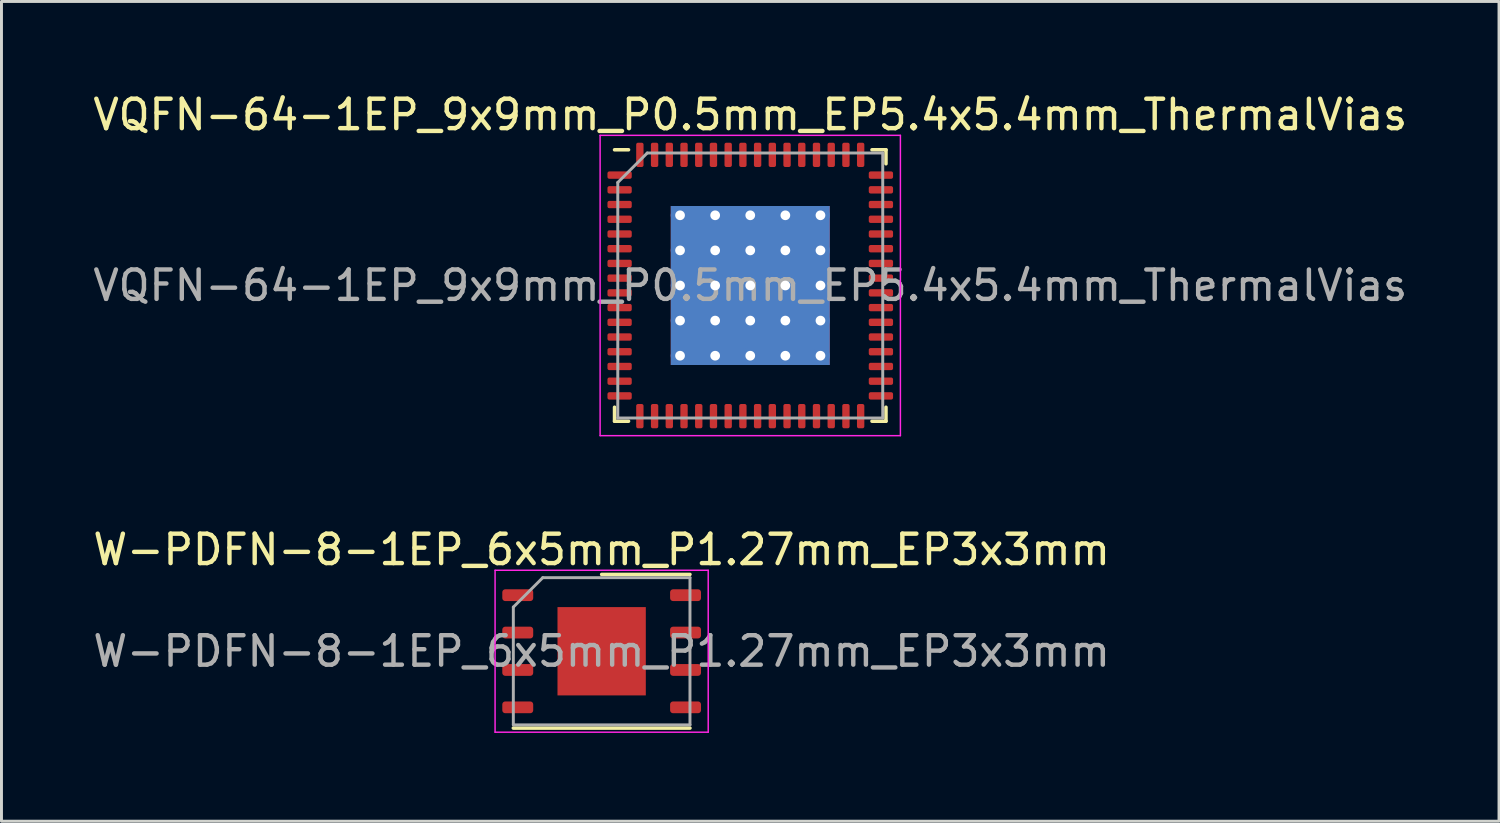
<source format=kicad_pcb>
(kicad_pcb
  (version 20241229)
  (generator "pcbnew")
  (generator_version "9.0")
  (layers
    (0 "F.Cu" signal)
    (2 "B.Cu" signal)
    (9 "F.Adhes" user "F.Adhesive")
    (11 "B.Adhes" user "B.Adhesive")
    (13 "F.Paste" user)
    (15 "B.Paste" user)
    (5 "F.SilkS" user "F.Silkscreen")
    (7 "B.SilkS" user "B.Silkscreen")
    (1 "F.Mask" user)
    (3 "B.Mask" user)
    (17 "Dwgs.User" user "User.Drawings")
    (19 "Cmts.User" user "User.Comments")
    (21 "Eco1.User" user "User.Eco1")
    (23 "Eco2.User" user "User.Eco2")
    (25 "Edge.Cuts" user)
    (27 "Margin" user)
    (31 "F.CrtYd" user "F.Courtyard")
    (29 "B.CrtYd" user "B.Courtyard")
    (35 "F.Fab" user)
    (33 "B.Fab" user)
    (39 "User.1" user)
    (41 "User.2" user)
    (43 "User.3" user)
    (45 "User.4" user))
  (footprint "W-PDFN-8-1EP_6x5mm_P1.27mm_EP3x3mm"
    (layer "F.Cu")
    (at 17.387 19.072)
    (property "Reference" "W-PDFN-8-1EP_6x5mm_P1.27mm_EP3x3mm" (at 0 -3.45 0) (layer "F.SilkS") (effects (font (size 1 1) (thickness 0.15))))
    (attr smd)
    (fp_line (start -3 2.61) (end 3 2.61) (stroke (width 0.12) (type solid)) (layer "F.SilkS"))
    (fp_line (start 0 -2.61) (end 3 -2.61) (stroke (width 0.12) (type solid)) (layer "F.SilkS"))
    (fp_line (start -3.62 -2.75) (end -3.62 2.75) (stroke (width 0.05) (type solid)) (layer "F.CrtYd"))
    (fp_line (start -3.62 2.75) (end 3.62 2.75) (stroke (width 0.05) (type solid)) (layer "F.CrtYd"))
    (fp_line (start 3.62 -2.75) (end -3.62 -2.75) (stroke (width 0.05) (type solid)) (layer "F.CrtYd"))
    (fp_line (start 3.62 2.75) (end 3.62 -2.75) (stroke (width 0.05) (type solid)) (layer "F.CrtYd"))
    (fp_line (start -3 -1.5) (end -2 -2.5) (stroke (width 0.1) (type solid)) (layer "F.Fab"))
    (fp_line (start -3 2.5) (end -3 -1.5) (stroke (width 0.1) (type solid)) (layer "F.Fab"))
    (fp_line (start -2 -2.5) (end 3 -2.5) (stroke (width 0.1) (type solid)) (layer "F.Fab"))
    (fp_line (start 3 -2.5) (end 3 2.5) (stroke (width 0.1) (type solid)) (layer "F.Fab"))
    (fp_line (start 3 2.5) (end -3 2.5) (stroke (width 0.1) (type solid)) (layer "F.Fab"))
    (fp_text user "${REFERENCE}" (at 0 0 0) (layer "F.Fab") (effects (font (size 1 1) (thickness 0.15))))
    (pad "" smd roundrect (at -0.75 -0.75) (size 1.21 1.21) (layers "F.Paste") (roundrect_rratio 0.207))
    (pad "" smd roundrect (at -0.75 0.75) (size 1.21 1.21) (layers "F.Paste") (roundrect_rratio 0.207))
    (pad "" smd roundrect (at 0.75 -0.75) (size 1.21 1.21) (layers "F.Paste") (roundrect_rratio 0.207))
    (pad "" smd roundrect (at 0.75 0.75) (size 1.21 1.21) (layers "F.Paste") (roundrect_rratio 0.207))
    (pad "1" smd roundrect (at -2.85 -1.905) (size 1.05 0.4) (layers "F.Cu" "F.Mask" "F.Paste") (roundrect_rratio 0.25))
    (pad "2" smd roundrect (at -2.85 -0.635) (size 1.05 0.4) (layers "F.Cu" "F.Mask" "F.Paste") (roundrect_rratio 0.25))
    (pad "3" smd roundrect (at -2.85 0.635) (size 1.05 0.4) (layers "F.Cu" "F.Mask" "F.Paste") (roundrect_rratio 0.25))
    (pad "4" smd roundrect (at -2.85 1.905) (size 1.05 0.4) (layers "F.Cu" "F.Mask" "F.Paste") (roundrect_rratio 0.25))
    (pad "5" smd roundrect (at 2.85 1.905) (size 1.05 0.4) (layers "F.Cu" "F.Mask" "F.Paste") (roundrect_rratio 0.25))
    (pad "6" smd roundrect (at 2.85 0.635) (size 1.05 0.4) (layers "F.Cu" "F.Mask" "F.Paste") (roundrect_rratio 0.25))
    (pad "7" smd roundrect (at 2.85 -0.635) (size 1.05 0.4) (layers "F.Cu" "F.Mask" "F.Paste") (roundrect_rratio 0.25))
    (pad "8" smd roundrect (at 2.85 -1.905) (size 1.05 0.4) (layers "F.Cu" "F.Mask" "F.Paste") (roundrect_rratio 0.25))
    (pad "9" smd rect (at 0 0) (size 3 3) (layers "F.Cu" "F.Mask")))
  (footprint "VQFN-64-1EP_9x9mm_P0.5mm_EP5.4x5.4mm_ThermalVias"
    (layer "F.Cu")
    (at 22.435 6.648)
    (property "Reference" "VQFN-64-1EP_9x9mm_P0.5mm_EP5.4x5.4mm_ThermalVias" (at 0 -5.8 0) (layer "F.SilkS") (effects (font (size 1 1) (thickness 0.15))))
    (attr smd)
    (fp_line (start -4.61 4.61) (end -4.61 4.135) (stroke (width 0.12) (type solid)) (layer "F.SilkS"))
    (fp_line (start -4.135 -4.61) (end -4.61 -4.61) (stroke (width 0.12) (type solid)) (layer "F.SilkS"))
    (fp_line (start -4.135 4.61) (end -4.61 4.61) (stroke (width 0.12) (type solid)) (layer "F.SilkS"))
    (fp_line (start 4.135 -4.61) (end 4.61 -4.61) (stroke (width 0.12) (type solid)) (layer "F.SilkS"))
    (fp_line (start 4.135 4.61) (end 4.61 4.61) (stroke (width 0.12) (type solid)) (layer "F.SilkS"))
    (fp_line (start 4.61 -4.61) (end 4.61 -4.135) (stroke (width 0.12) (type solid)) (layer "F.SilkS"))
    (fp_line (start 4.61 4.61) (end 4.61 4.135) (stroke (width 0.12) (type solid)) (layer "F.SilkS"))
    (fp_line (start -5.1 -5.1) (end -5.1 5.1) (stroke (width 0.05) (type solid)) (layer "F.CrtYd"))
    (fp_line (start -5.1 5.1) (end 5.1 5.1) (stroke (width 0.05) (type solid)) (layer "F.CrtYd"))
    (fp_line (start 5.1 -5.1) (end -5.1 -5.1) (stroke (width 0.05) (type solid)) (layer "F.CrtYd"))
    (fp_line (start 5.1 5.1) (end 5.1 -5.1) (stroke (width 0.05) (type solid)) (layer "F.CrtYd"))
    (fp_line (start -4.5 -3.5) (end -3.5 -4.5) (stroke (width 0.1) (type solid)) (layer "F.Fab"))
    (fp_line (start -4.5 4.5) (end -4.5 -3.5) (stroke (width 0.1) (type solid)) (layer "F.Fab"))
    (fp_line (start -3.5 -4.5) (end 4.5 -4.5) (stroke (width 0.1) (type solid)) (layer "F.Fab"))
    (fp_line (start 4.5 -4.5) (end 4.5 4.5) (stroke (width 0.1) (type solid)) (layer "F.Fab"))
    (fp_line (start 4.5 4.5) (end -4.5 4.5) (stroke (width 0.1) (type solid)) (layer "F.Fab"))
    (fp_text user "${REFERENCE}" (at 0 0 0) (layer "F.Fab") (effects (font (size 1 1) (thickness 0.15))))
    (pad "" smd roundrect (at -1.8 -1.8) (size 1.45 1.45) (layers "F.Paste") (roundrect_rratio 0.172))
    (pad "" smd roundrect (at -1.8 0) (size 1.45 1.45) (layers "F.Paste") (roundrect_rratio 0.172))
    (pad "" smd roundrect (at -1.8 1.8) (size 1.45 1.45) (layers "F.Paste") (roundrect_rratio 0.172))
    (pad "" smd roundrect (at 0 -1.8) (size 1.45 1.45) (layers "F.Paste") (roundrect_rratio 0.172))
    (pad "" smd roundrect (at 0 0) (size 1.45 1.45) (layers "F.Paste") (roundrect_rratio 0.172))
    (pad "" smd roundrect (at 0 1.8) (size 1.45 1.45) (layers "F.Paste") (roundrect_rratio 0.172))
    (pad "" smd roundrect (at 1.8 -1.8) (size 1.45 1.45) (layers "F.Paste") (roundrect_rratio 0.172))
    (pad "" smd roundrect (at 1.8 0) (size 1.45 1.45) (layers "F.Paste") (roundrect_rratio 0.172))
    (pad "" smd roundrect (at 1.8 1.8) (size 1.45 1.45) (layers "F.Paste") (roundrect_rratio 0.172))
    (pad "1" smd roundrect (at -4.438 -3.75) (size 0.825 0.25) (layers "F.Cu" "F.Mask" "F.Paste") (roundrect_rratio 0.25))
    (pad "2" smd roundrect (at -4.438 -3.25) (size 0.825 0.25) (layers "F.Cu" "F.Mask" "F.Paste") (roundrect_rratio 0.25))
    (pad "3" smd roundrect (at -4.438 -2.75) (size 0.825 0.25) (layers "F.Cu" "F.Mask" "F.Paste") (roundrect_rratio 0.25))
    (pad "4" smd roundrect (at -4.438 -2.25) (size 0.825 0.25) (layers "F.Cu" "F.Mask" "F.Paste") (roundrect_rratio 0.25))
    (pad "5" smd roundrect (at -4.438 -1.75) (size 0.825 0.25) (layers "F.Cu" "F.Mask" "F.Paste") (roundrect_rratio 0.25))
    (pad "6" smd roundrect (at -4.438 -1.25) (size 0.825 0.25) (layers "F.Cu" "F.Mask" "F.Paste") (roundrect_rratio 0.25))
    (pad "7" smd roundrect (at -4.438 -0.75) (size 0.825 0.25) (layers "F.Cu" "F.Mask" "F.Paste") (roundrect_rratio 0.25))
    (pad "8" smd roundrect (at -4.438 -0.25) (size 0.825 0.25) (layers "F.Cu" "F.Mask" "F.Paste") (roundrect_rratio 0.25))
    (pad "9" smd roundrect (at -4.438 0.25) (size 0.825 0.25) (layers "F.Cu" "F.Mask" "F.Paste") (roundrect_rratio 0.25))
    (pad "10" smd roundrect (at -4.438 0.75) (size 0.825 0.25) (layers "F.Cu" "F.Mask" "F.Paste") (roundrect_rratio 0.25))
    (pad "11" smd roundrect (at -4.438 1.25) (size 0.825 0.25) (layers "F.Cu" "F.Mask" "F.Paste") (roundrect_rratio 0.25))
    (pad "12" smd roundrect (at -4.438 1.75) (size 0.825 0.25) (layers "F.Cu" "F.Mask" "F.Paste") (roundrect_rratio 0.25))
    (pad "13" smd roundrect (at -4.438 2.25) (size 0.825 0.25) (layers "F.Cu" "F.Mask" "F.Paste") (roundrect_rratio 0.25))
    (pad "14" smd roundrect (at -4.438 2.75) (size 0.825 0.25) (layers "F.Cu" "F.Mask" "F.Paste") (roundrect_rratio 0.25))
    (pad "15" smd roundrect (at -4.438 3.25) (size 0.825 0.25) (layers "F.Cu" "F.Mask" "F.Paste") (roundrect_rratio 0.25))
    (pad "16" smd roundrect (at -4.438 3.75) (size 0.825 0.25) (layers "F.Cu" "F.Mask" "F.Paste") (roundrect_rratio 0.25))
    (pad "17" smd roundrect (at -3.75 4.438) (size 0.25 0.825) (layers "F.Cu" "F.Mask" "F.Paste") (roundrect_rratio 0.25))
    (pad "18" smd roundrect (at -3.25 4.438) (size 0.25 0.825) (layers "F.Cu" "F.Mask" "F.Paste") (roundrect_rratio 0.25))
    (pad "19" smd roundrect (at -2.75 4.438) (size 0.25 0.825) (layers "F.Cu" "F.Mask" "F.Paste") (roundrect_rratio 0.25))
    (pad "20" smd roundrect (at -2.25 4.438) (size 0.25 0.825) (layers "F.Cu" "F.Mask" "F.Paste") (roundrect_rratio 0.25))
    (pad "21" smd roundrect (at -1.75 4.438) (size 0.25 0.825) (layers "F.Cu" "F.Mask" "F.Paste") (roundrect_rratio 0.25))
    (pad "22" smd roundrect (at -1.25 4.438) (size 0.25 0.825) (layers "F.Cu" "F.Mask" "F.Paste") (roundrect_rratio 0.25))
    (pad "23" smd roundrect (at -0.75 4.438) (size 0.25 0.825) (layers "F.Cu" "F.Mask" "F.Paste") (roundrect_rratio 0.25))
    (pad "24" smd roundrect (at -0.25 4.438) (size 0.25 0.825) (layers "F.Cu" "F.Mask" "F.Paste") (roundrect_rratio 0.25))
    (pad "25" smd roundrect (at 0.25 4.438) (size 0.25 0.825) (layers "F.Cu" "F.Mask" "F.Paste") (roundrect_rratio 0.25))
    (pad "26" smd roundrect (at 0.75 4.438) (size 0.25 0.825) (layers "F.Cu" "F.Mask" "F.Paste") (roundrect_rratio 0.25))
    (pad "27" smd roundrect (at 1.25 4.438) (size 0.25 0.825) (layers "F.Cu" "F.Mask" "F.Paste") (roundrect_rratio 0.25))
    (pad "28" smd roundrect (at 1.75 4.438) (size 0.25 0.825) (layers "F.Cu" "F.Mask" "F.Paste") (roundrect_rratio 0.25))
    (pad "29" smd roundrect (at 2.25 4.438) (size 0.25 0.825) (layers "F.Cu" "F.Mask" "F.Paste") (roundrect_rratio 0.25))
    (pad "30" smd roundrect (at 2.75 4.438) (size 0.25 0.825) (layers "F.Cu" "F.Mask" "F.Paste") (roundrect_rratio 0.25))
    (pad "31" smd roundrect (at 3.25 4.438) (size 0.25 0.825) (layers "F.Cu" "F.Mask" "F.Paste") (roundrect_rratio 0.25))
    (pad "32" smd roundrect (at 3.75 4.438) (size 0.25 0.825) (layers "F.Cu" "F.Mask" "F.Paste") (roundrect_rratio 0.25))
    (pad "33" smd roundrect (at 4.438 3.75) (size 0.825 0.25) (layers "F.Cu" "F.Mask" "F.Paste") (roundrect_rratio 0.25))
    (pad "34" smd roundrect (at 4.438 3.25) (size 0.825 0.25) (layers "F.Cu" "F.Mask" "F.Paste") (roundrect_rratio 0.25))
    (pad "35" smd roundrect (at 4.438 2.75) (size 0.825 0.25) (layers "F.Cu" "F.Mask" "F.Paste") (roundrect_rratio 0.25))
    (pad "36" smd roundrect (at 4.438 2.25) (size 0.825 0.25) (layers "F.Cu" "F.Mask" "F.Paste") (roundrect_rratio 0.25))
    (pad "37" smd roundrect (at 4.438 1.75) (size 0.825 0.25) (layers "F.Cu" "F.Mask" "F.Paste") (roundrect_rratio 0.25))
    (pad "38" smd roundrect (at 4.438 1.25) (size 0.825 0.25) (layers "F.Cu" "F.Mask" "F.Paste") (roundrect_rratio 0.25))
    (pad "39" smd roundrect (at 4.438 0.75) (size 0.825 0.25) (layers "F.Cu" "F.Mask" "F.Paste") (roundrect_rratio 0.25))
    (pad "40" smd roundrect (at 4.438 0.25) (size 0.825 0.25) (layers "F.Cu" "F.Mask" "F.Paste") (roundrect_rratio 0.25))
    (pad "41" smd roundrect (at 4.438 -0.25) (size 0.825 0.25) (layers "F.Cu" "F.Mask" "F.Paste") (roundrect_rratio 0.25))
    (pad "42" smd roundrect (at 4.438 -0.75) (size 0.825 0.25) (layers "F.Cu" "F.Mask" "F.Paste") (roundrect_rratio 0.25))
    (pad "43" smd roundrect (at 4.438 -1.25) (size 0.825 0.25) (layers "F.Cu" "F.Mask" "F.Paste") (roundrect_rratio 0.25))
    (pad "44" smd roundrect (at 4.438 -1.75) (size 0.825 0.25) (layers "F.Cu" "F.Mask" "F.Paste") (roundrect_rratio 0.25))
    (pad "45" smd roundrect (at 4.438 -2.25) (size 0.825 0.25) (layers "F.Cu" "F.Mask" "F.Paste") (roundrect_rratio 0.25))
    (pad "46" smd roundrect (at 4.438 -2.75) (size 0.825 0.25) (layers "F.Cu" "F.Mask" "F.Paste") (roundrect_rratio 0.25))
    (pad "47" smd roundrect (at 4.438 -3.25) (size 0.825 0.25) (layers "F.Cu" "F.Mask" "F.Paste") (roundrect_rratio 0.25))
    (pad "48" smd roundrect (at 4.438 -3.75) (size 0.825 0.25) (layers "F.Cu" "F.Mask" "F.Paste") (roundrect_rratio 0.25))
    (pad "49" smd roundrect (at 3.75 -4.438) (size 0.25 0.825) (layers "F.Cu" "F.Mask" "F.Paste") (roundrect_rratio 0.25))
    (pad "50" smd roundrect (at 3.25 -4.438) (size 0.25 0.825) (layers "F.Cu" "F.Mask" "F.Paste") (roundrect_rratio 0.25))
    (pad "51" smd roundrect (at 2.75 -4.438) (size 0.25 0.825) (layers "F.Cu" "F.Mask" "F.Paste") (roundrect_rratio 0.25))
    (pad "52" smd roundrect (at 2.25 -4.438) (size 0.25 0.825) (layers "F.Cu" "F.Mask" "F.Paste") (roundrect_rratio 0.25))
    (pad "53" smd roundrect (at 1.75 -4.438) (size 0.25 0.825) (layers "F.Cu" "F.Mask" "F.Paste") (roundrect_rratio 0.25))
    (pad "54" smd roundrect (at 1.25 -4.438) (size 0.25 0.825) (layers "F.Cu" "F.Mask" "F.Paste") (roundrect_rratio 0.25))
    (pad "55" smd roundrect (at 0.75 -4.438) (size 0.25 0.825) (layers "F.Cu" "F.Mask" "F.Paste") (roundrect_rratio 0.25))
    (pad "56" smd roundrect (at 0.25 -4.438) (size 0.25 0.825) (layers "F.Cu" "F.Mask" "F.Paste") (roundrect_rratio 0.25))
    (pad "57" smd roundrect (at -0.25 -4.438) (size 0.25 0.825) (layers "F.Cu" "F.Mask" "F.Paste") (roundrect_rratio 0.25))
    (pad "58" smd roundrect (at -0.75 -4.438) (size 0.25 0.825) (layers "F.Cu" "F.Mask" "F.Paste") (roundrect_rratio 0.25))
    (pad "59" smd roundrect (at -1.25 -4.438) (size 0.25 0.825) (layers "F.Cu" "F.Mask" "F.Paste") (roundrect_rratio 0.25))
    (pad "60" smd roundrect (at -1.75 -4.438) (size 0.25 0.825) (layers "F.Cu" "F.Mask" "F.Paste") (roundrect_rratio 0.25))
    (pad "61" smd roundrect (at -2.25 -4.438) (size 0.25 0.825) (layers "F.Cu" "F.Mask" "F.Paste") (roundrect_rratio 0.25))
    (pad "62" smd roundrect (at -2.75 -4.438) (size 0.25 0.825) (layers "F.Cu" "F.Mask" "F.Paste") (roundrect_rratio 0.25))
    (pad "63" smd roundrect (at -3.25 -4.438) (size 0.25 0.825) (layers "F.Cu" "F.Mask" "F.Paste") (roundrect_rratio 0.25))
    (pad "64" smd roundrect (at -3.75 -4.438) (size 0.25 0.825) (layers "F.Cu" "F.Mask" "F.Paste") (roundrect_rratio 0.25))
    (pad "65" thru_hole circle (at -2.385 -2.385) (size 0.63 0.63) (drill 0.33) (layers "*.Cu"))
    (pad "65" thru_hole circle (at -2.385 -1.192) (size 0.63 0.63) (drill 0.33) (layers "*.Cu"))
    (pad "65" thru_hole circle (at -2.385 0) (size 0.63 0.63) (drill 0.33) (layers "*.Cu"))
    (pad "65" thru_hole circle (at -2.385 1.192) (size 0.63 0.63) (drill 0.33) (layers "*.Cu"))
    (pad "65" thru_hole circle (at -2.385 2.385) (size 0.63 0.63) (drill 0.33) (layers "*.Cu"))
    (pad "65" thru_hole circle (at -1.192 -2.385) (size 0.63 0.63) (drill 0.33) (layers "*.Cu"))
    (pad "65" thru_hole circle (at -1.192 -1.192) (size 0.63 0.63) (drill 0.33) (layers "*.Cu"))
    (pad "65" thru_hole circle (at -1.192 0) (size 0.63 0.63) (drill 0.33) (layers "*.Cu"))
    (pad "65" thru_hole circle (at -1.192 1.192) (size 0.63 0.63) (drill 0.33) (layers "*.Cu"))
    (pad "65" thru_hole circle (at -1.192 2.385) (size 0.63 0.63) (drill 0.33) (layers "*.Cu"))
    (pad "65" thru_hole circle (at 0 -2.385) (size 0.63 0.63) (drill 0.33) (layers "*.Cu"))
    (pad "65" thru_hole circle (at 0 -1.192) (size 0.63 0.63) (drill 0.33) (layers "*.Cu"))
    (pad "65" thru_hole circle (at 0 0) (size 0.63 0.63) (drill 0.33) (layers "*.Cu"))
    (pad "65" smd rect (at 0 0) (size 5.4 5.4) (layers "F.Cu" "F.Mask"))
    (pad "65" smd rect (at 0 0) (size 5.4 5.4) (layers "B.Cu"))
    (pad "65" thru_hole circle (at 0 1.192) (size 0.63 0.63) (drill 0.33) (layers "*.Cu"))
    (pad "65" thru_hole circle (at 0 2.385) (size 0.63 0.63) (drill 0.33) (layers "*.Cu"))
    (pad "65" thru_hole circle (at 1.192 -2.385) (size 0.63 0.63) (drill 0.33) (layers "*.Cu"))
    (pad "65" thru_hole circle (at 1.192 -1.192) (size 0.63 0.63) (drill 0.33) (layers "*.Cu"))
    (pad "65" thru_hole circle (at 1.192 0) (size 0.63 0.63) (drill 0.33) (layers "*.Cu"))
    (pad "65" thru_hole circle (at 1.192 1.192) (size 0.63 0.63) (drill 0.33) (layers "*.Cu"))
    (pad "65" thru_hole circle (at 1.192 2.385) (size 0.63 0.63) (drill 0.33) (layers "*.Cu"))
    (pad "65" thru_hole circle (at 2.385 -2.385) (size 0.63 0.63) (drill 0.33) (layers "*.Cu"))
    (pad "65" thru_hole circle (at 2.385 -1.192) (size 0.63 0.63) (drill 0.33) (layers "*.Cu"))
    (pad "65" thru_hole circle (at 2.385 0) (size 0.63 0.63) (drill 0.33) (layers "*.Cu"))
    (pad "65" thru_hole circle (at 2.385 1.192) (size 0.63 0.63) (drill 0.33) (layers "*.Cu"))
    (pad "65" thru_hole circle (at 2.385 2.385) (size 0.63 0.63) (drill 0.33) (layers "*.Cu")))
  (gr_rect
    (start -3 -3)
    (end 47.869 24.846)
    (stroke (width 0.1) (type default))
    (fill no)
    (layer "Edge.Cuts")))
</source>
